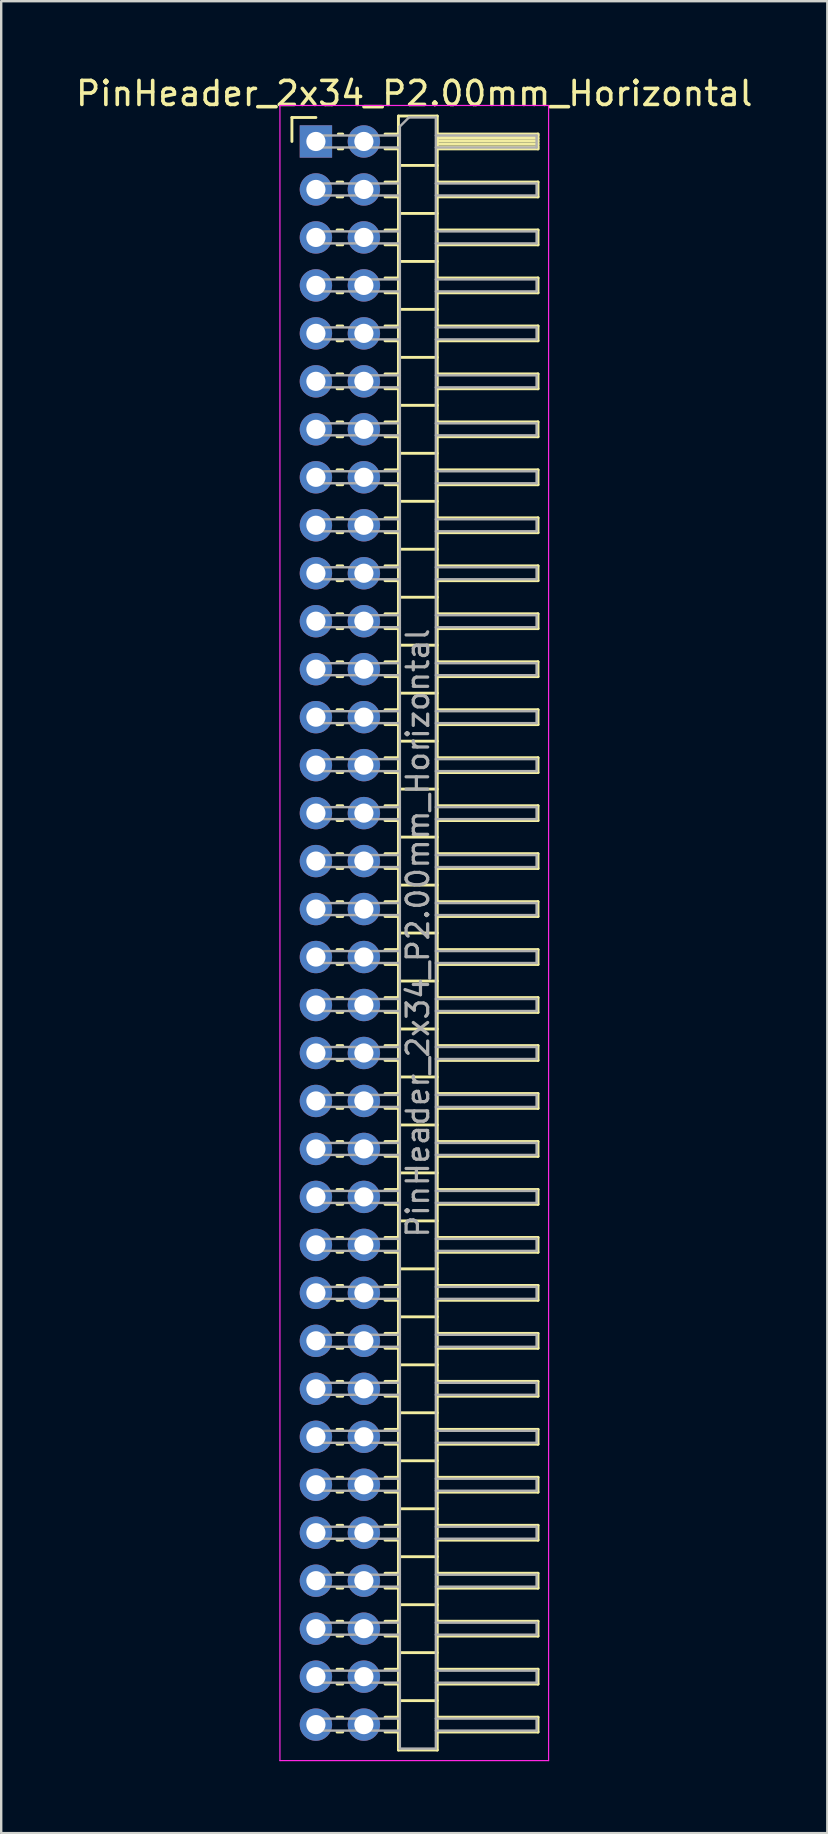
<source format=kicad_pcb>
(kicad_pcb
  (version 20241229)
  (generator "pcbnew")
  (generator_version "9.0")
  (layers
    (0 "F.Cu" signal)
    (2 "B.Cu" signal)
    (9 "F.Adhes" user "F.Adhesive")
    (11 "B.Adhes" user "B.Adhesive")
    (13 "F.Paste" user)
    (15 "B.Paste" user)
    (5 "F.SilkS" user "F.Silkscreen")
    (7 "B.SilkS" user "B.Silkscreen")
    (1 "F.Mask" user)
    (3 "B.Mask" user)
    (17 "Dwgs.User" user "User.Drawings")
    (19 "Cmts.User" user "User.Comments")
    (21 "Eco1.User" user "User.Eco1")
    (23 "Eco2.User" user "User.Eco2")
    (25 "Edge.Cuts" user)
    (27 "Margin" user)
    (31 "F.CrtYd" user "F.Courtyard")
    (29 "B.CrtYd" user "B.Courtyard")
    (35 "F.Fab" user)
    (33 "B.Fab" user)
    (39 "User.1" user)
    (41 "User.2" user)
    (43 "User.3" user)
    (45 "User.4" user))
  (footprint "PinHeader_2x34_P2.00mm_Horizontal"
    (layer "F.Cu")
    (at 10.12 2.848)
    (property "Reference" "PinHeader_2x34_P2.00mm_Horizontal" (at 4.1 -2 0) (layer "F.SilkS") (effects (font (size 1 1) (thickness 0.15))))
    (attr through_hole)
    (fp_line (start -1 -1) (end 0 -1) (stroke (width 0.12) (type solid)) (layer "F.SilkS"))
    (fp_line (start -1 0) (end -1 -1) (stroke (width 0.12) (type solid)) (layer "F.SilkS"))
    (fp_line (start 0.882 1.69) (end 1.118 1.69) (stroke (width 0.12) (type solid)) (layer "F.SilkS"))
    (fp_line (start 0.882 2.31) (end 1.118 2.31) (stroke (width 0.12) (type solid)) (layer "F.SilkS"))
    (fp_line (start 0.882 3.69) (end 1.118 3.69) (stroke (width 0.12) (type solid)) (layer "F.SilkS"))
    (fp_line (start 0.882 4.31) (end 1.118 4.31) (stroke (width 0.12) (type solid)) (layer "F.SilkS"))
    (fp_line (start 0.882 5.69) (end 1.118 5.69) (stroke (width 0.12) (type solid)) (layer "F.SilkS"))
    (fp_line (start 0.882 6.31) (end 1.118 6.31) (stroke (width 0.12) (type solid)) (layer "F.SilkS"))
    (fp_line (start 0.882 7.69) (end 1.118 7.69) (stroke (width 0.12) (type solid)) (layer "F.SilkS"))
    (fp_line (start 0.882 8.31) (end 1.118 8.31) (stroke (width 0.12) (type solid)) (layer "F.SilkS"))
    (fp_line (start 0.882 9.69) (end 1.118 9.69) (stroke (width 0.12) (type solid)) (layer "F.SilkS"))
    (fp_line (start 0.882 10.31) (end 1.118 10.31) (stroke (width 0.12) (type solid)) (layer "F.SilkS"))
    (fp_line (start 0.882 11.69) (end 1.118 11.69) (stroke (width 0.12) (type solid)) (layer "F.SilkS"))
    (fp_line (start 0.882 12.31) (end 1.118 12.31) (stroke (width 0.12) (type solid)) (layer "F.SilkS"))
    (fp_line (start 0.882 13.69) (end 1.118 13.69) (stroke (width 0.12) (type solid)) (layer "F.SilkS"))
    (fp_line (start 0.882 14.31) (end 1.118 14.31) (stroke (width 0.12) (type solid)) (layer "F.SilkS"))
    (fp_line (start 0.882 15.69) (end 1.118 15.69) (stroke (width 0.12) (type solid)) (layer "F.SilkS"))
    (fp_line (start 0.882 16.31) (end 1.118 16.31) (stroke (width 0.12) (type solid)) (layer "F.SilkS"))
    (fp_line (start 0.882 17.69) (end 1.118 17.69) (stroke (width 0.12) (type solid)) (layer "F.SilkS"))
    (fp_line (start 0.882 18.31) (end 1.118 18.31) (stroke (width 0.12) (type solid)) (layer "F.SilkS"))
    (fp_line (start 0.882 19.69) (end 1.118 19.69) (stroke (width 0.12) (type solid)) (layer "F.SilkS"))
    (fp_line (start 0.882 20.31) (end 1.118 20.31) (stroke (width 0.12) (type solid)) (layer "F.SilkS"))
    (fp_line (start 0.882 21.69) (end 1.118 21.69) (stroke (width 0.12) (type solid)) (layer "F.SilkS"))
    (fp_line (start 0.882 22.31) (end 1.118 22.31) (stroke (width 0.12) (type solid)) (layer "F.SilkS"))
    (fp_line (start 0.882 23.69) (end 1.118 23.69) (stroke (width 0.12) (type solid)) (layer "F.SilkS"))
    (fp_line (start 0.882 24.31) (end 1.118 24.31) (stroke (width 0.12) (type solid)) (layer "F.SilkS"))
    (fp_line (start 0.882 25.69) (end 1.118 25.69) (stroke (width 0.12) (type solid)) (layer "F.SilkS"))
    (fp_line (start 0.882 26.31) (end 1.118 26.31) (stroke (width 0.12) (type solid)) (layer "F.SilkS"))
    (fp_line (start 0.882 27.69) (end 1.118 27.69) (stroke (width 0.12) (type solid)) (layer "F.SilkS"))
    (fp_line (start 0.882 28.31) (end 1.118 28.31) (stroke (width 0.12) (type solid)) (layer "F.SilkS"))
    (fp_line (start 0.882 29.69) (end 1.118 29.69) (stroke (width 0.12) (type solid)) (layer "F.SilkS"))
    (fp_line (start 0.882 30.31) (end 1.118 30.31) (stroke (width 0.12) (type solid)) (layer "F.SilkS"))
    (fp_line (start 0.882 31.69) (end 1.118 31.69) (stroke (width 0.12) (type solid)) (layer "F.SilkS"))
    (fp_line (start 0.882 32.31) (end 1.118 32.31) (stroke (width 0.12) (type solid)) (layer "F.SilkS"))
    (fp_line (start 0.882 33.69) (end 1.118 33.69) (stroke (width 0.12) (type solid)) (layer "F.SilkS"))
    (fp_line (start 0.882 34.31) (end 1.118 34.31) (stroke (width 0.12) (type solid)) (layer "F.SilkS"))
    (fp_line (start 0.882 35.69) (end 1.118 35.69) (stroke (width 0.12) (type solid)) (layer "F.SilkS"))
    (fp_line (start 0.882 36.31) (end 1.118 36.31) (stroke (width 0.12) (type solid)) (layer "F.SilkS"))
    (fp_line (start 0.882 37.69) (end 1.118 37.69) (stroke (width 0.12) (type solid)) (layer "F.SilkS"))
    (fp_line (start 0.882 38.31) (end 1.118 38.31) (stroke (width 0.12) (type solid)) (layer "F.SilkS"))
    (fp_line (start 0.882 39.69) (end 1.118 39.69) (stroke (width 0.12) (type solid)) (layer "F.SilkS"))
    (fp_line (start 0.882 40.31) (end 1.118 40.31) (stroke (width 0.12) (type solid)) (layer "F.SilkS"))
    (fp_line (start 0.882 41.69) (end 1.118 41.69) (stroke (width 0.12) (type solid)) (layer "F.SilkS"))
    (fp_line (start 0.882 42.31) (end 1.118 42.31) (stroke (width 0.12) (type solid)) (layer "F.SilkS"))
    (fp_line (start 0.882 43.69) (end 1.118 43.69) (stroke (width 0.12) (type solid)) (layer "F.SilkS"))
    (fp_line (start 0.882 44.31) (end 1.118 44.31) (stroke (width 0.12) (type solid)) (layer "F.SilkS"))
    (fp_line (start 0.882 45.69) (end 1.118 45.69) (stroke (width 0.12) (type solid)) (layer "F.SilkS"))
    (fp_line (start 0.882 46.31) (end 1.118 46.31) (stroke (width 0.12) (type solid)) (layer "F.SilkS"))
    (fp_line (start 0.882 47.69) (end 1.118 47.69) (stroke (width 0.12) (type solid)) (layer "F.SilkS"))
    (fp_line (start 0.882 48.31) (end 1.118 48.31) (stroke (width 0.12) (type solid)) (layer "F.SilkS"))
    (fp_line (start 0.882 49.69) (end 1.118 49.69) (stroke (width 0.12) (type solid)) (layer "F.SilkS"))
    (fp_line (start 0.882 50.31) (end 1.118 50.31) (stroke (width 0.12) (type solid)) (layer "F.SilkS"))
    (fp_line (start 0.882 51.69) (end 1.118 51.69) (stroke (width 0.12) (type solid)) (layer "F.SilkS"))
    (fp_line (start 0.882 52.31) (end 1.118 52.31) (stroke (width 0.12) (type solid)) (layer "F.SilkS"))
    (fp_line (start 0.882 53.69) (end 1.118 53.69) (stroke (width 0.12) (type solid)) (layer "F.SilkS"))
    (fp_line (start 0.882 54.31) (end 1.118 54.31) (stroke (width 0.12) (type solid)) (layer "F.SilkS"))
    (fp_line (start 0.882 55.69) (end 1.118 55.69) (stroke (width 0.12) (type solid)) (layer "F.SilkS"))
    (fp_line (start 0.882 56.31) (end 1.118 56.31) (stroke (width 0.12) (type solid)) (layer "F.SilkS"))
    (fp_line (start 0.882 57.69) (end 1.118 57.69) (stroke (width 0.12) (type solid)) (layer "F.SilkS"))
    (fp_line (start 0.882 58.31) (end 1.118 58.31) (stroke (width 0.12) (type solid)) (layer "F.SilkS"))
    (fp_line (start 0.882 59.69) (end 1.118 59.69) (stroke (width 0.12) (type solid)) (layer "F.SilkS"))
    (fp_line (start 0.882 60.31) (end 1.118 60.31) (stroke (width 0.12) (type solid)) (layer "F.SilkS"))
    (fp_line (start 0.882 61.69) (end 1.118 61.69) (stroke (width 0.12) (type solid)) (layer "F.SilkS"))
    (fp_line (start 0.882 62.31) (end 1.118 62.31) (stroke (width 0.12) (type solid)) (layer "F.SilkS"))
    (fp_line (start 0.882 63.69) (end 1.118 63.69) (stroke (width 0.12) (type solid)) (layer "F.SilkS"))
    (fp_line (start 0.882 64.31) (end 1.118 64.31) (stroke (width 0.12) (type solid)) (layer "F.SilkS"))
    (fp_line (start 0.882 65.69) (end 1.118 65.69) (stroke (width 0.12) (type solid)) (layer "F.SilkS"))
    (fp_line (start 0.882 66.31) (end 1.118 66.31) (stroke (width 0.12) (type solid)) (layer "F.SilkS"))
    (fp_line (start 0.935 -0.31) (end 1.118 -0.31) (stroke (width 0.12) (type solid)) (layer "F.SilkS"))
    (fp_line (start 0.935 0.31) (end 1.118 0.31) (stroke (width 0.12) (type solid)) (layer "F.SilkS"))
    (fp_line (start 2.882 -0.31) (end 3.44 -0.31) (stroke (width 0.12) (type solid)) (layer "F.SilkS"))
    (fp_line (start 2.882 0.31) (end 3.44 0.31) (stroke (width 0.12) (type solid)) (layer "F.SilkS"))
    (fp_line (start 2.882 1.69) (end 3.44 1.69) (stroke (width 0.12) (type solid)) (layer "F.SilkS"))
    (fp_line (start 2.882 2.31) (end 3.44 2.31) (stroke (width 0.12) (type solid)) (layer "F.SilkS"))
    (fp_line (start 2.882 3.69) (end 3.44 3.69) (stroke (width 0.12) (type solid)) (layer "F.SilkS"))
    (fp_line (start 2.882 4.31) (end 3.44 4.31) (stroke (width 0.12) (type solid)) (layer "F.SilkS"))
    (fp_line (start 2.882 5.69) (end 3.44 5.69) (stroke (width 0.12) (type solid)) (layer "F.SilkS"))
    (fp_line (start 2.882 6.31) (end 3.44 6.31) (stroke (width 0.12) (type solid)) (layer "F.SilkS"))
    (fp_line (start 2.882 7.69) (end 3.44 7.69) (stroke (width 0.12) (type solid)) (layer "F.SilkS"))
    (fp_line (start 2.882 8.31) (end 3.44 8.31) (stroke (width 0.12) (type solid)) (layer "F.SilkS"))
    (fp_line (start 2.882 9.69) (end 3.44 9.69) (stroke (width 0.12) (type solid)) (layer "F.SilkS"))
    (fp_line (start 2.882 10.31) (end 3.44 10.31) (stroke (width 0.12) (type solid)) (layer "F.SilkS"))
    (fp_line (start 2.882 11.69) (end 3.44 11.69) (stroke (width 0.12) (type solid)) (layer "F.SilkS"))
    (fp_line (start 2.882 12.31) (end 3.44 12.31) (stroke (width 0.12) (type solid)) (layer "F.SilkS"))
    (fp_line (start 2.882 13.69) (end 3.44 13.69) (stroke (width 0.12) (type solid)) (layer "F.SilkS"))
    (fp_line (start 2.882 14.31) (end 3.44 14.31) (stroke (width 0.12) (type solid)) (layer "F.SilkS"))
    (fp_line (start 2.882 15.69) (end 3.44 15.69) (stroke (width 0.12) (type solid)) (layer "F.SilkS"))
    (fp_line (start 2.882 16.31) (end 3.44 16.31) (stroke (width 0.12) (type solid)) (layer "F.SilkS"))
    (fp_line (start 2.882 17.69) (end 3.44 17.69) (stroke (width 0.12) (type solid)) (layer "F.SilkS"))
    (fp_line (start 2.882 18.31) (end 3.44 18.31) (stroke (width 0.12) (type solid)) (layer "F.SilkS"))
    (fp_line (start 2.882 19.69) (end 3.44 19.69) (stroke (width 0.12) (type solid)) (layer "F.SilkS"))
    (fp_line (start 2.882 20.31) (end 3.44 20.31) (stroke (width 0.12) (type solid)) (layer "F.SilkS"))
    (fp_line (start 2.882 21.69) (end 3.44 21.69) (stroke (width 0.12) (type solid)) (layer "F.SilkS"))
    (fp_line (start 2.882 22.31) (end 3.44 22.31) (stroke (width 0.12) (type solid)) (layer "F.SilkS"))
    (fp_line (start 2.882 23.69) (end 3.44 23.69) (stroke (width 0.12) (type solid)) (layer "F.SilkS"))
    (fp_line (start 2.882 24.31) (end 3.44 24.31) (stroke (width 0.12) (type solid)) (layer "F.SilkS"))
    (fp_line (start 2.882 25.69) (end 3.44 25.69) (stroke (width 0.12) (type solid)) (layer "F.SilkS"))
    (fp_line (start 2.882 26.31) (end 3.44 26.31) (stroke (width 0.12) (type solid)) (layer "F.SilkS"))
    (fp_line (start 2.882 27.69) (end 3.44 27.69) (stroke (width 0.12) (type solid)) (layer "F.SilkS"))
    (fp_line (start 2.882 28.31) (end 3.44 28.31) (stroke (width 0.12) (type solid)) (layer "F.SilkS"))
    (fp_line (start 2.882 29.69) (end 3.44 29.69) (stroke (width 0.12) (type solid)) (layer "F.SilkS"))
    (fp_line (start 2.882 30.31) (end 3.44 30.31) (stroke (width 0.12) (type solid)) (layer "F.SilkS"))
    (fp_line (start 2.882 31.69) (end 3.44 31.69) (stroke (width 0.12) (type solid)) (layer "F.SilkS"))
    (fp_line (start 2.882 32.31) (end 3.44 32.31) (stroke (width 0.12) (type solid)) (layer "F.SilkS"))
    (fp_line (start 2.882 33.69) (end 3.44 33.69) (stroke (width 0.12) (type solid)) (layer "F.SilkS"))
    (fp_line (start 2.882 34.31) (end 3.44 34.31) (stroke (width 0.12) (type solid)) (layer "F.SilkS"))
    (fp_line (start 2.882 35.69) (end 3.44 35.69) (stroke (width 0.12) (type solid)) (layer "F.SilkS"))
    (fp_line (start 2.882 36.31) (end 3.44 36.31) (stroke (width 0.12) (type solid)) (layer "F.SilkS"))
    (fp_line (start 2.882 37.69) (end 3.44 37.69) (stroke (width 0.12) (type solid)) (layer "F.SilkS"))
    (fp_line (start 2.882 38.31) (end 3.44 38.31) (stroke (width 0.12) (type solid)) (layer "F.SilkS"))
    (fp_line (start 2.882 39.69) (end 3.44 39.69) (stroke (width 0.12) (type solid)) (layer "F.SilkS"))
    (fp_line (start 2.882 40.31) (end 3.44 40.31) (stroke (width 0.12) (type solid)) (layer "F.SilkS"))
    (fp_line (start 2.882 41.69) (end 3.44 41.69) (stroke (width 0.12) (type solid)) (layer "F.SilkS"))
    (fp_line (start 2.882 42.31) (end 3.44 42.31) (stroke (width 0.12) (type solid)) (layer "F.SilkS"))
    (fp_line (start 2.882 43.69) (end 3.44 43.69) (stroke (width 0.12) (type solid)) (layer "F.SilkS"))
    (fp_line (start 2.882 44.31) (end 3.44 44.31) (stroke (width 0.12) (type solid)) (layer "F.SilkS"))
    (fp_line (start 2.882 45.69) (end 3.44 45.69) (stroke (width 0.12) (type solid)) (layer "F.SilkS"))
    (fp_line (start 2.882 46.31) (end 3.44 46.31) (stroke (width 0.12) (type solid)) (layer "F.SilkS"))
    (fp_line (start 2.882 47.69) (end 3.44 47.69) (stroke (width 0.12) (type solid)) (layer "F.SilkS"))
    (fp_line (start 2.882 48.31) (end 3.44 48.31) (stroke (width 0.12) (type solid)) (layer "F.SilkS"))
    (fp_line (start 2.882 49.69) (end 3.44 49.69) (stroke (width 0.12) (type solid)) (layer "F.SilkS"))
    (fp_line (start 2.882 50.31) (end 3.44 50.31) (stroke (width 0.12) (type solid)) (layer "F.SilkS"))
    (fp_line (start 2.882 51.69) (end 3.44 51.69) (stroke (width 0.12) (type solid)) (layer "F.SilkS"))
    (fp_line (start 2.882 52.31) (end 3.44 52.31) (stroke (width 0.12) (type solid)) (layer "F.SilkS"))
    (fp_line (start 2.882 53.69) (end 3.44 53.69) (stroke (width 0.12) (type solid)) (layer "F.SilkS"))
    (fp_line (start 2.882 54.31) (end 3.44 54.31) (stroke (width 0.12) (type solid)) (layer "F.SilkS"))
    (fp_line (start 2.882 55.69) (end 3.44 55.69) (stroke (width 0.12) (type solid)) (layer "F.SilkS"))
    (fp_line (start 2.882 56.31) (end 3.44 56.31) (stroke (width 0.12) (type solid)) (layer "F.SilkS"))
    (fp_line (start 2.882 57.69) (end 3.44 57.69) (stroke (width 0.12) (type solid)) (layer "F.SilkS"))
    (fp_line (start 2.882 58.31) (end 3.44 58.31) (stroke (width 0.12) (type solid)) (layer "F.SilkS"))
    (fp_line (start 2.882 59.69) (end 3.44 59.69) (stroke (width 0.12) (type solid)) (layer "F.SilkS"))
    (fp_line (start 2.882 60.31) (end 3.44 60.31) (stroke (width 0.12) (type solid)) (layer "F.SilkS"))
    (fp_line (start 2.882 61.69) (end 3.44 61.69) (stroke (width 0.12) (type solid)) (layer "F.SilkS"))
    (fp_line (start 2.882 62.31) (end 3.44 62.31) (stroke (width 0.12) (type solid)) (layer "F.SilkS"))
    (fp_line (start 2.882 63.69) (end 3.44 63.69) (stroke (width 0.12) (type solid)) (layer "F.SilkS"))
    (fp_line (start 2.882 64.31) (end 3.44 64.31) (stroke (width 0.12) (type solid)) (layer "F.SilkS"))
    (fp_line (start 2.882 65.69) (end 3.44 65.69) (stroke (width 0.12) (type solid)) (layer "F.SilkS"))
    (fp_line (start 2.882 66.31) (end 3.44 66.31) (stroke (width 0.12) (type solid)) (layer "F.SilkS"))
    (fp_line (start 3.44 -1.06) (end 3.44 67.06) (stroke (width 0.12) (type solid)) (layer "F.SilkS"))
    (fp_line (start 3.44 1) (end 5.06 1) (stroke (width 0.12) (type solid)) (layer "F.SilkS"))
    (fp_line (start 3.44 3) (end 5.06 3) (stroke (width 0.12) (type solid)) (layer "F.SilkS"))
    (fp_line (start 3.44 5) (end 5.06 5) (stroke (width 0.12) (type solid)) (layer "F.SilkS"))
    (fp_line (start 3.44 7) (end 5.06 7) (stroke (width 0.12) (type solid)) (layer "F.SilkS"))
    (fp_line (start 3.44 9) (end 5.06 9) (stroke (width 0.12) (type solid)) (layer "F.SilkS"))
    (fp_line (start 3.44 11) (end 5.06 11) (stroke (width 0.12) (type solid)) (layer "F.SilkS"))
    (fp_line (start 3.44 13) (end 5.06 13) (stroke (width 0.12) (type solid)) (layer "F.SilkS"))
    (fp_line (start 3.44 15) (end 5.06 15) (stroke (width 0.12) (type solid)) (layer "F.SilkS"))
    (fp_line (start 3.44 17) (end 5.06 17) (stroke (width 0.12) (type solid)) (layer "F.SilkS"))
    (fp_line (start 3.44 19) (end 5.06 19) (stroke (width 0.12) (type solid)) (layer "F.SilkS"))
    (fp_line (start 3.44 21) (end 5.06 21) (stroke (width 0.12) (type solid)) (layer "F.SilkS"))
    (fp_line (start 3.44 23) (end 5.06 23) (stroke (width 0.12) (type solid)) (layer "F.SilkS"))
    (fp_line (start 3.44 25) (end 5.06 25) (stroke (width 0.12) (type solid)) (layer "F.SilkS"))
    (fp_line (start 3.44 27) (end 5.06 27) (stroke (width 0.12) (type solid)) (layer "F.SilkS"))
    (fp_line (start 3.44 29) (end 5.06 29) (stroke (width 0.12) (type solid)) (layer "F.SilkS"))
    (fp_line (start 3.44 31) (end 5.06 31) (stroke (width 0.12) (type solid)) (layer "F.SilkS"))
    (fp_line (start 3.44 33) (end 5.06 33) (stroke (width 0.12) (type solid)) (layer "F.SilkS"))
    (fp_line (start 3.44 35) (end 5.06 35) (stroke (width 0.12) (type solid)) (layer "F.SilkS"))
    (fp_line (start 3.44 37) (end 5.06 37) (stroke (width 0.12) (type solid)) (layer "F.SilkS"))
    (fp_line (start 3.44 39) (end 5.06 39) (stroke (width 0.12) (type solid)) (layer "F.SilkS"))
    (fp_line (start 3.44 41) (end 5.06 41) (stroke (width 0.12) (type solid)) (layer "F.SilkS"))
    (fp_line (start 3.44 43) (end 5.06 43) (stroke (width 0.12) (type solid)) (layer "F.SilkS"))
    (fp_line (start 3.44 45) (end 5.06 45) (stroke (width 0.12) (type solid)) (layer "F.SilkS"))
    (fp_line (start 3.44 47) (end 5.06 47) (stroke (width 0.12) (type solid)) (layer "F.SilkS"))
    (fp_line (start 3.44 49) (end 5.06 49) (stroke (width 0.12) (type solid)) (layer "F.SilkS"))
    (fp_line (start 3.44 51) (end 5.06 51) (stroke (width 0.12) (type solid)) (layer "F.SilkS"))
    (fp_line (start 3.44 53) (end 5.06 53) (stroke (width 0.12) (type solid)) (layer "F.SilkS"))
    (fp_line (start 3.44 55) (end 5.06 55) (stroke (width 0.12) (type solid)) (layer "F.SilkS"))
    (fp_line (start 3.44 57) (end 5.06 57) (stroke (width 0.12) (type solid)) (layer "F.SilkS"))
    (fp_line (start 3.44 59) (end 5.06 59) (stroke (width 0.12) (type solid)) (layer "F.SilkS"))
    (fp_line (start 3.44 61) (end 5.06 61) (stroke (width 0.12) (type solid)) (layer "F.SilkS"))
    (fp_line (start 3.44 63) (end 5.06 63) (stroke (width 0.12) (type solid)) (layer "F.SilkS"))
    (fp_line (start 3.44 65) (end 5.06 65) (stroke (width 0.12) (type solid)) (layer "F.SilkS"))
    (fp_line (start 3.44 67.06) (end 5.06 67.06) (stroke (width 0.12) (type solid)) (layer "F.SilkS"))
    (fp_line (start 5.06 -1.06) (end 3.44 -1.06) (stroke (width 0.12) (type solid)) (layer "F.SilkS"))
    (fp_line (start 5.06 -0.31) (end 9.26 -0.31) (stroke (width 0.12) (type solid)) (layer "F.SilkS"))
    (fp_line (start 5.06 -0.25) (end 9.26 -0.25) (stroke (width 0.12) (type solid)) (layer "F.SilkS"))
    (fp_line (start 5.06 -0.13) (end 9.26 -0.13) (stroke (width 0.12) (type solid)) (layer "F.SilkS"))
    (fp_line (start 5.06 -0.01) (end 9.26 -0.01) (stroke (width 0.12) (type solid)) (layer "F.SilkS"))
    (fp_line (start 5.06 0.11) (end 9.26 0.11) (stroke (width 0.12) (type solid)) (layer "F.SilkS"))
    (fp_line (start 5.06 0.23) (end 9.26 0.23) (stroke (width 0.12) (type solid)) (layer "F.SilkS"))
    (fp_line (start 5.06 1.69) (end 9.26 1.69) (stroke (width 0.12) (type solid)) (layer "F.SilkS"))
    (fp_line (start 5.06 3.69) (end 9.26 3.69) (stroke (width 0.12) (type solid)) (layer "F.SilkS"))
    (fp_line (start 5.06 5.69) (end 9.26 5.69) (stroke (width 0.12) (type solid)) (layer "F.SilkS"))
    (fp_line (start 5.06 7.69) (end 9.26 7.69) (stroke (width 0.12) (type solid)) (layer "F.SilkS"))
    (fp_line (start 5.06 9.69) (end 9.26 9.69) (stroke (width 0.12) (type solid)) (layer "F.SilkS"))
    (fp_line (start 5.06 11.69) (end 9.26 11.69) (stroke (width 0.12) (type solid)) (layer "F.SilkS"))
    (fp_line (start 5.06 13.69) (end 9.26 13.69) (stroke (width 0.12) (type solid)) (layer "F.SilkS"))
    (fp_line (start 5.06 15.69) (end 9.26 15.69) (stroke (width 0.12) (type solid)) (layer "F.SilkS"))
    (fp_line (start 5.06 17.69) (end 9.26 17.69) (stroke (width 0.12) (type solid)) (layer "F.SilkS"))
    (fp_line (start 5.06 19.69) (end 9.26 19.69) (stroke (width 0.12) (type solid)) (layer "F.SilkS"))
    (fp_line (start 5.06 21.69) (end 9.26 21.69) (stroke (width 0.12) (type solid)) (layer "F.SilkS"))
    (fp_line (start 5.06 23.69) (end 9.26 23.69) (stroke (width 0.12) (type solid)) (layer "F.SilkS"))
    (fp_line (start 5.06 25.69) (end 9.26 25.69) (stroke (width 0.12) (type solid)) (layer "F.SilkS"))
    (fp_line (start 5.06 27.69) (end 9.26 27.69) (stroke (width 0.12) (type solid)) (layer "F.SilkS"))
    (fp_line (start 5.06 29.69) (end 9.26 29.69) (stroke (width 0.12) (type solid)) (layer "F.SilkS"))
    (fp_line (start 5.06 31.69) (end 9.26 31.69) (stroke (width 0.12) (type solid)) (layer "F.SilkS"))
    (fp_line (start 5.06 33.69) (end 9.26 33.69) (stroke (width 0.12) (type solid)) (layer "F.SilkS"))
    (fp_line (start 5.06 35.69) (end 9.26 35.69) (stroke (width 0.12) (type solid)) (layer "F.SilkS"))
    (fp_line (start 5.06 37.69) (end 9.26 37.69) (stroke (width 0.12) (type solid)) (layer "F.SilkS"))
    (fp_line (start 5.06 39.69) (end 9.26 39.69) (stroke (width 0.12) (type solid)) (layer "F.SilkS"))
    (fp_line (start 5.06 41.69) (end 9.26 41.69) (stroke (width 0.12) (type solid)) (layer "F.SilkS"))
    (fp_line (start 5.06 43.69) (end 9.26 43.69) (stroke (width 0.12) (type solid)) (layer "F.SilkS"))
    (fp_line (start 5.06 45.69) (end 9.26 45.69) (stroke (width 0.12) (type solid)) (layer "F.SilkS"))
    (fp_line (start 5.06 47.69) (end 9.26 47.69) (stroke (width 0.12) (type solid)) (layer "F.SilkS"))
    (fp_line (start 5.06 49.69) (end 9.26 49.69) (stroke (width 0.12) (type solid)) (layer "F.SilkS"))
    (fp_line (start 5.06 51.69) (end 9.26 51.69) (stroke (width 0.12) (type solid)) (layer "F.SilkS"))
    (fp_line (start 5.06 53.69) (end 9.26 53.69) (stroke (width 0.12) (type solid)) (layer "F.SilkS"))
    (fp_line (start 5.06 55.69) (end 9.26 55.69) (stroke (width 0.12) (type solid)) (layer "F.SilkS"))
    (fp_line (start 5.06 57.69) (end 9.26 57.69) (stroke (width 0.12) (type solid)) (layer "F.SilkS"))
    (fp_line (start 5.06 59.69) (end 9.26 59.69) (stroke (width 0.12) (type solid)) (layer "F.SilkS"))
    (fp_line (start 5.06 61.69) (end 9.26 61.69) (stroke (width 0.12) (type solid)) (layer "F.SilkS"))
    (fp_line (start 5.06 63.69) (end 9.26 63.69) (stroke (width 0.12) (type solid)) (layer "F.SilkS"))
    (fp_line (start 5.06 65.69) (end 9.26 65.69) (stroke (width 0.12) (type solid)) (layer "F.SilkS"))
    (fp_line (start 5.06 67.06) (end 5.06 -1.06) (stroke (width 0.12) (type solid)) (layer "F.SilkS"))
    (fp_line (start 9.26 -0.31) (end 9.26 0.31) (stroke (width 0.12) (type solid)) (layer "F.SilkS"))
    (fp_line (start 9.26 0.31) (end 5.06 0.31) (stroke (width 0.12) (type solid)) (layer "F.SilkS"))
    (fp_line (start 9.26 1.69) (end 9.26 2.31) (stroke (width 0.12) (type solid)) (layer "F.SilkS"))
    (fp_line (start 9.26 2.31) (end 5.06 2.31) (stroke (width 0.12) (type solid)) (layer "F.SilkS"))
    (fp_line (start 9.26 3.69) (end 9.26 4.31) (stroke (width 0.12) (type solid)) (layer "F.SilkS"))
    (fp_line (start 9.26 4.31) (end 5.06 4.31) (stroke (width 0.12) (type solid)) (layer "F.SilkS"))
    (fp_line (start 9.26 5.69) (end 9.26 6.31) (stroke (width 0.12) (type solid)) (layer "F.SilkS"))
    (fp_line (start 9.26 6.31) (end 5.06 6.31) (stroke (width 0.12) (type solid)) (layer "F.SilkS"))
    (fp_line (start 9.26 7.69) (end 9.26 8.31) (stroke (width 0.12) (type solid)) (layer "F.SilkS"))
    (fp_line (start 9.26 8.31) (end 5.06 8.31) (stroke (width 0.12) (type solid)) (layer "F.SilkS"))
    (fp_line (start 9.26 9.69) (end 9.26 10.31) (stroke (width 0.12) (type solid)) (layer "F.SilkS"))
    (fp_line (start 9.26 10.31) (end 5.06 10.31) (stroke (width 0.12) (type solid)) (layer "F.SilkS"))
    (fp_line (start 9.26 11.69) (end 9.26 12.31) (stroke (width 0.12) (type solid)) (layer "F.SilkS"))
    (fp_line (start 9.26 12.31) (end 5.06 12.31) (stroke (width 0.12) (type solid)) (layer "F.SilkS"))
    (fp_line (start 9.26 13.69) (end 9.26 14.31) (stroke (width 0.12) (type solid)) (layer "F.SilkS"))
    (fp_line (start 9.26 14.31) (end 5.06 14.31) (stroke (width 0.12) (type solid)) (layer "F.SilkS"))
    (fp_line (start 9.26 15.69) (end 9.26 16.31) (stroke (width 0.12) (type solid)) (layer "F.SilkS"))
    (fp_line (start 9.26 16.31) (end 5.06 16.31) (stroke (width 0.12) (type solid)) (layer "F.SilkS"))
    (fp_line (start 9.26 17.69) (end 9.26 18.31) (stroke (width 0.12) (type solid)) (layer "F.SilkS"))
    (fp_line (start 9.26 18.31) (end 5.06 18.31) (stroke (width 0.12) (type solid)) (layer "F.SilkS"))
    (fp_line (start 9.26 19.69) (end 9.26 20.31) (stroke (width 0.12) (type solid)) (layer "F.SilkS"))
    (fp_line (start 9.26 20.31) (end 5.06 20.31) (stroke (width 0.12) (type solid)) (layer "F.SilkS"))
    (fp_line (start 9.26 21.69) (end 9.26 22.31) (stroke (width 0.12) (type solid)) (layer "F.SilkS"))
    (fp_line (start 9.26 22.31) (end 5.06 22.31) (stroke (width 0.12) (type solid)) (layer "F.SilkS"))
    (fp_line (start 9.26 23.69) (end 9.26 24.31) (stroke (width 0.12) (type solid)) (layer "F.SilkS"))
    (fp_line (start 9.26 24.31) (end 5.06 24.31) (stroke (width 0.12) (type solid)) (layer "F.SilkS"))
    (fp_line (start 9.26 25.69) (end 9.26 26.31) (stroke (width 0.12) (type solid)) (layer "F.SilkS"))
    (fp_line (start 9.26 26.31) (end 5.06 26.31) (stroke (width 0.12) (type solid)) (layer "F.SilkS"))
    (fp_line (start 9.26 27.69) (end 9.26 28.31) (stroke (width 0.12) (type solid)) (layer "F.SilkS"))
    (fp_line (start 9.26 28.31) (end 5.06 28.31) (stroke (width 0.12) (type solid)) (layer "F.SilkS"))
    (fp_line (start 9.26 29.69) (end 9.26 30.31) (stroke (width 0.12) (type solid)) (layer "F.SilkS"))
    (fp_line (start 9.26 30.31) (end 5.06 30.31) (stroke (width 0.12) (type solid)) (layer "F.SilkS"))
    (fp_line (start 9.26 31.69) (end 9.26 32.31) (stroke (width 0.12) (type solid)) (layer "F.SilkS"))
    (fp_line (start 9.26 32.31) (end 5.06 32.31) (stroke (width 0.12) (type solid)) (layer "F.SilkS"))
    (fp_line (start 9.26 33.69) (end 9.26 34.31) (stroke (width 0.12) (type solid)) (layer "F.SilkS"))
    (fp_line (start 9.26 34.31) (end 5.06 34.31) (stroke (width 0.12) (type solid)) (layer "F.SilkS"))
    (fp_line (start 9.26 35.69) (end 9.26 36.31) (stroke (width 0.12) (type solid)) (layer "F.SilkS"))
    (fp_line (start 9.26 36.31) (end 5.06 36.31) (stroke (width 0.12) (type solid)) (layer "F.SilkS"))
    (fp_line (start 9.26 37.69) (end 9.26 38.31) (stroke (width 0.12) (type solid)) (layer "F.SilkS"))
    (fp_line (start 9.26 38.31) (end 5.06 38.31) (stroke (width 0.12) (type solid)) (layer "F.SilkS"))
    (fp_line (start 9.26 39.69) (end 9.26 40.31) (stroke (width 0.12) (type solid)) (layer "F.SilkS"))
    (fp_line (start 9.26 40.31) (end 5.06 40.31) (stroke (width 0.12) (type solid)) (layer "F.SilkS"))
    (fp_line (start 9.26 41.69) (end 9.26 42.31) (stroke (width 0.12) (type solid)) (layer "F.SilkS"))
    (fp_line (start 9.26 42.31) (end 5.06 42.31) (stroke (width 0.12) (type solid)) (layer "F.SilkS"))
    (fp_line (start 9.26 43.69) (end 9.26 44.31) (stroke (width 0.12) (type solid)) (layer "F.SilkS"))
    (fp_line (start 9.26 44.31) (end 5.06 44.31) (stroke (width 0.12) (type solid)) (layer "F.SilkS"))
    (fp_line (start 9.26 45.69) (end 9.26 46.31) (stroke (width 0.12) (type solid)) (layer "F.SilkS"))
    (fp_line (start 9.26 46.31) (end 5.06 46.31) (stroke (width 0.12) (type solid)) (layer "F.SilkS"))
    (fp_line (start 9.26 47.69) (end 9.26 48.31) (stroke (width 0.12) (type solid)) (layer "F.SilkS"))
    (fp_line (start 9.26 48.31) (end 5.06 48.31) (stroke (width 0.12) (type solid)) (layer "F.SilkS"))
    (fp_line (start 9.26 49.69) (end 9.26 50.31) (stroke (width 0.12) (type solid)) (layer "F.SilkS"))
    (fp_line (start 9.26 50.31) (end 5.06 50.31) (stroke (width 0.12) (type solid)) (layer "F.SilkS"))
    (fp_line (start 9.26 51.69) (end 9.26 52.31) (stroke (width 0.12) (type solid)) (layer "F.SilkS"))
    (fp_line (start 9.26 52.31) (end 5.06 52.31) (stroke (width 0.12) (type solid)) (layer "F.SilkS"))
    (fp_line (start 9.26 53.69) (end 9.26 54.31) (stroke (width 0.12) (type solid)) (layer "F.SilkS"))
    (fp_line (start 9.26 54.31) (end 5.06 54.31) (stroke (width 0.12) (type solid)) (layer "F.SilkS"))
    (fp_line (start 9.26 55.69) (end 9.26 56.31) (stroke (width 0.12) (type solid)) (layer "F.SilkS"))
    (fp_line (start 9.26 56.31) (end 5.06 56.31) (stroke (width 0.12) (type solid)) (layer "F.SilkS"))
    (fp_line (start 9.26 57.69) (end 9.26 58.31) (stroke (width 0.12) (type solid)) (layer "F.SilkS"))
    (fp_line (start 9.26 58.31) (end 5.06 58.31) (stroke (width 0.12) (type solid)) (layer "F.SilkS"))
    (fp_line (start 9.26 59.69) (end 9.26 60.31) (stroke (width 0.12) (type solid)) (layer "F.SilkS"))
    (fp_line (start 9.26 60.31) (end 5.06 60.31) (stroke (width 0.12) (type solid)) (layer "F.SilkS"))
    (fp_line (start 9.26 61.69) (end 9.26 62.31) (stroke (width 0.12) (type solid)) (layer "F.SilkS"))
    (fp_line (start 9.26 62.31) (end 5.06 62.31) (stroke (width 0.12) (type solid)) (layer "F.SilkS"))
    (fp_line (start 9.26 63.69) (end 9.26 64.31) (stroke (width 0.12) (type solid)) (layer "F.SilkS"))
    (fp_line (start 9.26 64.31) (end 5.06 64.31) (stroke (width 0.12) (type solid)) (layer "F.SilkS"))
    (fp_line (start 9.26 65.69) (end 9.26 66.31) (stroke (width 0.12) (type solid)) (layer "F.SilkS"))
    (fp_line (start 9.26 66.31) (end 5.06 66.31) (stroke (width 0.12) (type solid)) (layer "F.SilkS"))
    (fp_line (start -1.5 -1.5) (end -1.5 67.5) (stroke (width 0.05) (type solid)) (layer "F.CrtYd"))
    (fp_line (start -1.5 67.5) (end 9.7 67.5) (stroke (width 0.05) (type solid)) (layer "F.CrtYd"))
    (fp_line (start 9.7 -1.5) (end -1.5 -1.5) (stroke (width 0.05) (type solid)) (layer "F.CrtYd"))
    (fp_line (start 9.7 67.5) (end 9.7 -1.5) (stroke (width 0.05) (type solid)) (layer "F.CrtYd"))
    (fp_line (start -0.25 -0.25) (end -0.25 0.25) (stroke (width 0.1) (type solid)) (layer "F.Fab"))
    (fp_line (start -0.25 -0.25) (end 3.5 -0.25) (stroke (width 0.1) (type solid)) (layer "F.Fab"))
    (fp_line (start -0.25 0.25) (end 3.5 0.25) (stroke (width 0.1) (type solid)) (layer "F.Fab"))
    (fp_line (start -0.25 1.75) (end -0.25 2.25) (stroke (width 0.1) (type solid)) (layer "F.Fab"))
    (fp_line (start -0.25 1.75) (end 3.5 1.75) (stroke (width 0.1) (type solid)) (layer "F.Fab"))
    (fp_line (start -0.25 2.25) (end 3.5 2.25) (stroke (width 0.1) (type solid)) (layer "F.Fab"))
    (fp_line (start -0.25 3.75) (end -0.25 4.25) (stroke (width 0.1) (type solid)) (layer "F.Fab"))
    (fp_line (start -0.25 3.75) (end 3.5 3.75) (stroke (width 0.1) (type solid)) (layer "F.Fab"))
    (fp_line (start -0.25 4.25) (end 3.5 4.25) (stroke (width 0.1) (type solid)) (layer "F.Fab"))
    (fp_line (start -0.25 5.75) (end -0.25 6.25) (stroke (width 0.1) (type solid)) (layer "F.Fab"))
    (fp_line (start -0.25 5.75) (end 3.5 5.75) (stroke (width 0.1) (type solid)) (layer "F.Fab"))
    (fp_line (start -0.25 6.25) (end 3.5 6.25) (stroke (width 0.1) (type solid)) (layer "F.Fab"))
    (fp_line (start -0.25 7.75) (end -0.25 8.25) (stroke (width 0.1) (type solid)) (layer "F.Fab"))
    (fp_line (start -0.25 7.75) (end 3.5 7.75) (stroke (width 0.1) (type solid)) (layer "F.Fab"))
    (fp_line (start -0.25 8.25) (end 3.5 8.25) (stroke (width 0.1) (type solid)) (layer "F.Fab"))
    (fp_line (start -0.25 9.75) (end -0.25 10.25) (stroke (width 0.1) (type solid)) (layer "F.Fab"))
    (fp_line (start -0.25 9.75) (end 3.5 9.75) (stroke (width 0.1) (type solid)) (layer "F.Fab"))
    (fp_line (start -0.25 10.25) (end 3.5 10.25) (stroke (width 0.1) (type solid)) (layer "F.Fab"))
    (fp_line (start -0.25 11.75) (end -0.25 12.25) (stroke (width 0.1) (type solid)) (layer "F.Fab"))
    (fp_line (start -0.25 11.75) (end 3.5 11.75) (stroke (width 0.1) (type solid)) (layer "F.Fab"))
    (fp_line (start -0.25 12.25) (end 3.5 12.25) (stroke (width 0.1) (type solid)) (layer "F.Fab"))
    (fp_line (start -0.25 13.75) (end -0.25 14.25) (stroke (width 0.1) (type solid)) (layer "F.Fab"))
    (fp_line (start -0.25 13.75) (end 3.5 13.75) (stroke (width 0.1) (type solid)) (layer "F.Fab"))
    (fp_line (start -0.25 14.25) (end 3.5 14.25) (stroke (width 0.1) (type solid)) (layer "F.Fab"))
    (fp_line (start -0.25 15.75) (end -0.25 16.25) (stroke (width 0.1) (type solid)) (layer "F.Fab"))
    (fp_line (start -0.25 15.75) (end 3.5 15.75) (stroke (width 0.1) (type solid)) (layer "F.Fab"))
    (fp_line (start -0.25 16.25) (end 3.5 16.25) (stroke (width 0.1) (type solid)) (layer "F.Fab"))
    (fp_line (start -0.25 17.75) (end -0.25 18.25) (stroke (width 0.1) (type solid)) (layer "F.Fab"))
    (fp_line (start -0.25 17.75) (end 3.5 17.75) (stroke (width 0.1) (type solid)) (layer "F.Fab"))
    (fp_line (start -0.25 18.25) (end 3.5 18.25) (stroke (width 0.1) (type solid)) (layer "F.Fab"))
    (fp_line (start -0.25 19.75) (end -0.25 20.25) (stroke (width 0.1) (type solid)) (layer "F.Fab"))
    (fp_line (start -0.25 19.75) (end 3.5 19.75) (stroke (width 0.1) (type solid)) (layer "F.Fab"))
    (fp_line (start -0.25 20.25) (end 3.5 20.25) (stroke (width 0.1) (type solid)) (layer "F.Fab"))
    (fp_line (start -0.25 21.75) (end -0.25 22.25) (stroke (width 0.1) (type solid)) (layer "F.Fab"))
    (fp_line (start -0.25 21.75) (end 3.5 21.75) (stroke (width 0.1) (type solid)) (layer "F.Fab"))
    (fp_line (start -0.25 22.25) (end 3.5 22.25) (stroke (width 0.1) (type solid)) (layer "F.Fab"))
    (fp_line (start -0.25 23.75) (end -0.25 24.25) (stroke (width 0.1) (type solid)) (layer "F.Fab"))
    (fp_line (start -0.25 23.75) (end 3.5 23.75) (stroke (width 0.1) (type solid)) (layer "F.Fab"))
    (fp_line (start -0.25 24.25) (end 3.5 24.25) (stroke (width 0.1) (type solid)) (layer "F.Fab"))
    (fp_line (start -0.25 25.75) (end -0.25 26.25) (stroke (width 0.1) (type solid)) (layer "F.Fab"))
    (fp_line (start -0.25 25.75) (end 3.5 25.75) (stroke (width 0.1) (type solid)) (layer "F.Fab"))
    (fp_line (start -0.25 26.25) (end 3.5 26.25) (stroke (width 0.1) (type solid)) (layer "F.Fab"))
    (fp_line (start -0.25 27.75) (end -0.25 28.25) (stroke (width 0.1) (type solid)) (layer "F.Fab"))
    (fp_line (start -0.25 27.75) (end 3.5 27.75) (stroke (width 0.1) (type solid)) (layer "F.Fab"))
    (fp_line (start -0.25 28.25) (end 3.5 28.25) (stroke (width 0.1) (type solid)) (layer "F.Fab"))
    (fp_line (start -0.25 29.75) (end -0.25 30.25) (stroke (width 0.1) (type solid)) (layer "F.Fab"))
    (fp_line (start -0.25 29.75) (end 3.5 29.75) (stroke (width 0.1) (type solid)) (layer "F.Fab"))
    (fp_line (start -0.25 30.25) (end 3.5 30.25) (stroke (width 0.1) (type solid)) (layer "F.Fab"))
    (fp_line (start -0.25 31.75) (end -0.25 32.25) (stroke (width 0.1) (type solid)) (layer "F.Fab"))
    (fp_line (start -0.25 31.75) (end 3.5 31.75) (stroke (width 0.1) (type solid)) (layer "F.Fab"))
    (fp_line (start -0.25 32.25) (end 3.5 32.25) (stroke (width 0.1) (type solid)) (layer "F.Fab"))
    (fp_line (start -0.25 33.75) (end -0.25 34.25) (stroke (width 0.1) (type solid)) (layer "F.Fab"))
    (fp_line (start -0.25 33.75) (end 3.5 33.75) (stroke (width 0.1) (type solid)) (layer "F.Fab"))
    (fp_line (start -0.25 34.25) (end 3.5 34.25) (stroke (width 0.1) (type solid)) (layer "F.Fab"))
    (fp_line (start -0.25 35.75) (end -0.25 36.25) (stroke (width 0.1) (type solid)) (layer "F.Fab"))
    (fp_line (start -0.25 35.75) (end 3.5 35.75) (stroke (width 0.1) (type solid)) (layer "F.Fab"))
    (fp_line (start -0.25 36.25) (end 3.5 36.25) (stroke (width 0.1) (type solid)) (layer "F.Fab"))
    (fp_line (start -0.25 37.75) (end -0.25 38.25) (stroke (width 0.1) (type solid)) (layer "F.Fab"))
    (fp_line (start -0.25 37.75) (end 3.5 37.75) (stroke (width 0.1) (type solid)) (layer "F.Fab"))
    (fp_line (start -0.25 38.25) (end 3.5 38.25) (stroke (width 0.1) (type solid)) (layer "F.Fab"))
    (fp_line (start -0.25 39.75) (end -0.25 40.25) (stroke (width 0.1) (type solid)) (layer "F.Fab"))
    (fp_line (start -0.25 39.75) (end 3.5 39.75) (stroke (width 0.1) (type solid)) (layer "F.Fab"))
    (fp_line (start -0.25 40.25) (end 3.5 40.25) (stroke (width 0.1) (type solid)) (layer "F.Fab"))
    (fp_line (start -0.25 41.75) (end -0.25 42.25) (stroke (width 0.1) (type solid)) (layer "F.Fab"))
    (fp_line (start -0.25 41.75) (end 3.5 41.75) (stroke (width 0.1) (type solid)) (layer "F.Fab"))
    (fp_line (start -0.25 42.25) (end 3.5 42.25) (stroke (width 0.1) (type solid)) (layer "F.Fab"))
    (fp_line (start -0.25 43.75) (end -0.25 44.25) (stroke (width 0.1) (type solid)) (layer "F.Fab"))
    (fp_line (start -0.25 43.75) (end 3.5 43.75) (stroke (width 0.1) (type solid)) (layer "F.Fab"))
    (fp_line (start -0.25 44.25) (end 3.5 44.25) (stroke (width 0.1) (type solid)) (layer "F.Fab"))
    (fp_line (start -0.25 45.75) (end -0.25 46.25) (stroke (width 0.1) (type solid)) (layer "F.Fab"))
    (fp_line (start -0.25 45.75) (end 3.5 45.75) (stroke (width 0.1) (type solid)) (layer "F.Fab"))
    (fp_line (start -0.25 46.25) (end 3.5 46.25) (stroke (width 0.1) (type solid)) (layer "F.Fab"))
    (fp_line (start -0.25 47.75) (end -0.25 48.25) (stroke (width 0.1) (type solid)) (layer "F.Fab"))
    (fp_line (start -0.25 47.75) (end 3.5 47.75) (stroke (width 0.1) (type solid)) (layer "F.Fab"))
    (fp_line (start -0.25 48.25) (end 3.5 48.25) (stroke (width 0.1) (type solid)) (layer "F.Fab"))
    (fp_line (start -0.25 49.75) (end -0.25 50.25) (stroke (width 0.1) (type solid)) (layer "F.Fab"))
    (fp_line (start -0.25 49.75) (end 3.5 49.75) (stroke (width 0.1) (type solid)) (layer "F.Fab"))
    (fp_line (start -0.25 50.25) (end 3.5 50.25) (stroke (width 0.1) (type solid)) (layer "F.Fab"))
    (fp_line (start -0.25 51.75) (end -0.25 52.25) (stroke (width 0.1) (type solid)) (layer "F.Fab"))
    (fp_line (start -0.25 51.75) (end 3.5 51.75) (stroke (width 0.1) (type solid)) (layer "F.Fab"))
    (fp_line (start -0.25 52.25) (end 3.5 52.25) (stroke (width 0.1) (type solid)) (layer "F.Fab"))
    (fp_line (start -0.25 53.75) (end -0.25 54.25) (stroke (width 0.1) (type solid)) (layer "F.Fab"))
    (fp_line (start -0.25 53.75) (end 3.5 53.75) (stroke (width 0.1) (type solid)) (layer "F.Fab"))
    (fp_line (start -0.25 54.25) (end 3.5 54.25) (stroke (width 0.1) (type solid)) (layer "F.Fab"))
    (fp_line (start -0.25 55.75) (end -0.25 56.25) (stroke (width 0.1) (type solid)) (layer "F.Fab"))
    (fp_line (start -0.25 55.75) (end 3.5 55.75) (stroke (width 0.1) (type solid)) (layer "F.Fab"))
    (fp_line (start -0.25 56.25) (end 3.5 56.25) (stroke (width 0.1) (type solid)) (layer "F.Fab"))
    (fp_line (start -0.25 57.75) (end -0.25 58.25) (stroke (width 0.1) (type solid)) (layer "F.Fab"))
    (fp_line (start -0.25 57.75) (end 3.5 57.75) (stroke (width 0.1) (type solid)) (layer "F.Fab"))
    (fp_line (start -0.25 58.25) (end 3.5 58.25) (stroke (width 0.1) (type solid)) (layer "F.Fab"))
    (fp_line (start -0.25 59.75) (end -0.25 60.25) (stroke (width 0.1) (type solid)) (layer "F.Fab"))
    (fp_line (start -0.25 59.75) (end 3.5 59.75) (stroke (width 0.1) (type solid)) (layer "F.Fab"))
    (fp_line (start -0.25 60.25) (end 3.5 60.25) (stroke (width 0.1) (type solid)) (layer "F.Fab"))
    (fp_line (start -0.25 61.75) (end -0.25 62.25) (stroke (width 0.1) (type solid)) (layer "F.Fab"))
    (fp_line (start -0.25 61.75) (end 3.5 61.75) (stroke (width 0.1) (type solid)) (layer "F.Fab"))
    (fp_line (start -0.25 62.25) (end 3.5 62.25) (stroke (width 0.1) (type solid)) (layer "F.Fab"))
    (fp_line (start -0.25 63.75) (end -0.25 64.25) (stroke (width 0.1) (type solid)) (layer "F.Fab"))
    (fp_line (start -0.25 63.75) (end 3.5 63.75) (stroke (width 0.1) (type solid)) (layer "F.Fab"))
    (fp_line (start -0.25 64.25) (end 3.5 64.25) (stroke (width 0.1) (type solid)) (layer "F.Fab"))
    (fp_line (start -0.25 65.75) (end -0.25 66.25) (stroke (width 0.1) (type solid)) (layer "F.Fab"))
    (fp_line (start -0.25 65.75) (end 3.5 65.75) (stroke (width 0.1) (type solid)) (layer "F.Fab"))
    (fp_line (start -0.25 66.25) (end 3.5 66.25) (stroke (width 0.1) (type solid)) (layer "F.Fab"))
    (fp_line (start 3.5 -0.625) (end 3.875 -1) (stroke (width 0.1) (type solid)) (layer "F.Fab"))
    (fp_line (start 3.5 67) (end 3.5 -0.625) (stroke (width 0.1) (type solid)) (layer "F.Fab"))
    (fp_line (start 3.875 -1) (end 5 -1) (stroke (width 0.1) (type solid)) (layer "F.Fab"))
    (fp_line (start 5 -1) (end 5 67) (stroke (width 0.1) (type solid)) (layer "F.Fab"))
    (fp_line (start 5 -0.25) (end 9.2 -0.25) (stroke (width 0.1) (type solid)) (layer "F.Fab"))
    (fp_line (start 5 0.25) (end 9.2 0.25) (stroke (width 0.1) (type solid)) (layer "F.Fab"))
    (fp_line (start 5 1.75) (end 9.2 1.75) (stroke (width 0.1) (type solid)) (layer "F.Fab"))
    (fp_line (start 5 2.25) (end 9.2 2.25) (stroke (width 0.1) (type solid)) (layer "F.Fab"))
    (fp_line (start 5 3.75) (end 9.2 3.75) (stroke (width 0.1) (type solid)) (layer "F.Fab"))
    (fp_line (start 5 4.25) (end 9.2 4.25) (stroke (width 0.1) (type solid)) (layer "F.Fab"))
    (fp_line (start 5 5.75) (end 9.2 5.75) (stroke (width 0.1) (type solid)) (layer "F.Fab"))
    (fp_line (start 5 6.25) (end 9.2 6.25) (stroke (width 0.1) (type solid)) (layer "F.Fab"))
    (fp_line (start 5 7.75) (end 9.2 7.75) (stroke (width 0.1) (type solid)) (layer "F.Fab"))
    (fp_line (start 5 8.25) (end 9.2 8.25) (stroke (width 0.1) (type solid)) (layer "F.Fab"))
    (fp_line (start 5 9.75) (end 9.2 9.75) (stroke (width 0.1) (type solid)) (layer "F.Fab"))
    (fp_line (start 5 10.25) (end 9.2 10.25) (stroke (width 0.1) (type solid)) (layer "F.Fab"))
    (fp_line (start 5 11.75) (end 9.2 11.75) (stroke (width 0.1) (type solid)) (layer "F.Fab"))
    (fp_line (start 5 12.25) (end 9.2 12.25) (stroke (width 0.1) (type solid)) (layer "F.Fab"))
    (fp_line (start 5 13.75) (end 9.2 13.75) (stroke (width 0.1) (type solid)) (layer "F.Fab"))
    (fp_line (start 5 14.25) (end 9.2 14.25) (stroke (width 0.1) (type solid)) (layer "F.Fab"))
    (fp_line (start 5 15.75) (end 9.2 15.75) (stroke (width 0.1) (type solid)) (layer "F.Fab"))
    (fp_line (start 5 16.25) (end 9.2 16.25) (stroke (width 0.1) (type solid)) (layer "F.Fab"))
    (fp_line (start 5 17.75) (end 9.2 17.75) (stroke (width 0.1) (type solid)) (layer "F.Fab"))
    (fp_line (start 5 18.25) (end 9.2 18.25) (stroke (width 0.1) (type solid)) (layer "F.Fab"))
    (fp_line (start 5 19.75) (end 9.2 19.75) (stroke (width 0.1) (type solid)) (layer "F.Fab"))
    (fp_line (start 5 20.25) (end 9.2 20.25) (stroke (width 0.1) (type solid)) (layer "F.Fab"))
    (fp_line (start 5 21.75) (end 9.2 21.75) (stroke (width 0.1) (type solid)) (layer "F.Fab"))
    (fp_line (start 5 22.25) (end 9.2 22.25) (stroke (width 0.1) (type solid)) (layer "F.Fab"))
    (fp_line (start 5 23.75) (end 9.2 23.75) (stroke (width 0.1) (type solid)) (layer "F.Fab"))
    (fp_line (start 5 24.25) (end 9.2 24.25) (stroke (width 0.1) (type solid)) (layer "F.Fab"))
    (fp_line (start 5 25.75) (end 9.2 25.75) (stroke (width 0.1) (type solid)) (layer "F.Fab"))
    (fp_line (start 5 26.25) (end 9.2 26.25) (stroke (width 0.1) (type solid)) (layer "F.Fab"))
    (fp_line (start 5 27.75) (end 9.2 27.75) (stroke (width 0.1) (type solid)) (layer "F.Fab"))
    (fp_line (start 5 28.25) (end 9.2 28.25) (stroke (width 0.1) (type solid)) (layer "F.Fab"))
    (fp_line (start 5 29.75) (end 9.2 29.75) (stroke (width 0.1) (type solid)) (layer "F.Fab"))
    (fp_line (start 5 30.25) (end 9.2 30.25) (stroke (width 0.1) (type solid)) (layer "F.Fab"))
    (fp_line (start 5 31.75) (end 9.2 31.75) (stroke (width 0.1) (type solid)) (layer "F.Fab"))
    (fp_line (start 5 32.25) (end 9.2 32.25) (stroke (width 0.1) (type solid)) (layer "F.Fab"))
    (fp_line (start 5 33.75) (end 9.2 33.75) (stroke (width 0.1) (type solid)) (layer "F.Fab"))
    (fp_line (start 5 34.25) (end 9.2 34.25) (stroke (width 0.1) (type solid)) (layer "F.Fab"))
    (fp_line (start 5 35.75) (end 9.2 35.75) (stroke (width 0.1) (type solid)) (layer "F.Fab"))
    (fp_line (start 5 36.25) (end 9.2 36.25) (stroke (width 0.1) (type solid)) (layer "F.Fab"))
    (fp_line (start 5 37.75) (end 9.2 37.75) (stroke (width 0.1) (type solid)) (layer "F.Fab"))
    (fp_line (start 5 38.25) (end 9.2 38.25) (stroke (width 0.1) (type solid)) (layer "F.Fab"))
    (fp_line (start 5 39.75) (end 9.2 39.75) (stroke (width 0.1) (type solid)) (layer "F.Fab"))
    (fp_line (start 5 40.25) (end 9.2 40.25) (stroke (width 0.1) (type solid)) (layer "F.Fab"))
    (fp_line (start 5 41.75) (end 9.2 41.75) (stroke (width 0.1) (type solid)) (layer "F.Fab"))
    (fp_line (start 5 42.25) (end 9.2 42.25) (stroke (width 0.1) (type solid)) (layer "F.Fab"))
    (fp_line (start 5 43.75) (end 9.2 43.75) (stroke (width 0.1) (type solid)) (layer "F.Fab"))
    (fp_line (start 5 44.25) (end 9.2 44.25) (stroke (width 0.1) (type solid)) (layer "F.Fab"))
    (fp_line (start 5 45.75) (end 9.2 45.75) (stroke (width 0.1) (type solid)) (layer "F.Fab"))
    (fp_line (start 5 46.25) (end 9.2 46.25) (stroke (width 0.1) (type solid)) (layer "F.Fab"))
    (fp_line (start 5 47.75) (end 9.2 47.75) (stroke (width 0.1) (type solid)) (layer "F.Fab"))
    (fp_line (start 5 48.25) (end 9.2 48.25) (stroke (width 0.1) (type solid)) (layer "F.Fab"))
    (fp_line (start 5 49.75) (end 9.2 49.75) (stroke (width 0.1) (type solid)) (layer "F.Fab"))
    (fp_line (start 5 50.25) (end 9.2 50.25) (stroke (width 0.1) (type solid)) (layer "F.Fab"))
    (fp_line (start 5 51.75) (end 9.2 51.75) (stroke (width 0.1) (type solid)) (layer "F.Fab"))
    (fp_line (start 5 52.25) (end 9.2 52.25) (stroke (width 0.1) (type solid)) (layer "F.Fab"))
    (fp_line (start 5 53.75) (end 9.2 53.75) (stroke (width 0.1) (type solid)) (layer "F.Fab"))
    (fp_line (start 5 54.25) (end 9.2 54.25) (stroke (width 0.1) (type solid)) (layer "F.Fab"))
    (fp_line (start 5 55.75) (end 9.2 55.75) (stroke (width 0.1) (type solid)) (layer "F.Fab"))
    (fp_line (start 5 56.25) (end 9.2 56.25) (stroke (width 0.1) (type solid)) (layer "F.Fab"))
    (fp_line (start 5 57.75) (end 9.2 57.75) (stroke (width 0.1) (type solid)) (layer "F.Fab"))
    (fp_line (start 5 58.25) (end 9.2 58.25) (stroke (width 0.1) (type solid)) (layer "F.Fab"))
    (fp_line (start 5 59.75) (end 9.2 59.75) (stroke (width 0.1) (type solid)) (layer "F.Fab"))
    (fp_line (start 5 60.25) (end 9.2 60.25) (stroke (width 0.1) (type solid)) (layer "F.Fab"))
    (fp_line (start 5 61.75) (end 9.2 61.75) (stroke (width 0.1) (type solid)) (layer "F.Fab"))
    (fp_line (start 5 62.25) (end 9.2 62.25) (stroke (width 0.1) (type solid)) (layer "F.Fab"))
    (fp_line (start 5 63.75) (end 9.2 63.75) (stroke (width 0.1) (type solid)) (layer "F.Fab"))
    (fp_line (start 5 64.25) (end 9.2 64.25) (stroke (width 0.1) (type solid)) (layer "F.Fab"))
    (fp_line (start 5 65.75) (end 9.2 65.75) (stroke (width 0.1) (type solid)) (layer "F.Fab"))
    (fp_line (start 5 66.25) (end 9.2 66.25) (stroke (width 0.1) (type solid)) (layer "F.Fab"))
    (fp_line (start 5 67) (end 3.5 67) (stroke (width 0.1) (type solid)) (layer "F.Fab"))
    (fp_line (start 9.2 -0.25) (end 9.2 0.25) (stroke (width 0.1) (type solid)) (layer "F.Fab"))
    (fp_line (start 9.2 1.75) (end 9.2 2.25) (stroke (width 0.1) (type solid)) (layer "F.Fab"))
    (fp_line (start 9.2 3.75) (end 9.2 4.25) (stroke (width 0.1) (type solid)) (layer "F.Fab"))
    (fp_line (start 9.2 5.75) (end 9.2 6.25) (stroke (width 0.1) (type solid)) (layer "F.Fab"))
    (fp_line (start 9.2 7.75) (end 9.2 8.25) (stroke (width 0.1) (type solid)) (layer "F.Fab"))
    (fp_line (start 9.2 9.75) (end 9.2 10.25) (stroke (width 0.1) (type solid)) (layer "F.Fab"))
    (fp_line (start 9.2 11.75) (end 9.2 12.25) (stroke (width 0.1) (type solid)) (layer "F.Fab"))
    (fp_line (start 9.2 13.75) (end 9.2 14.25) (stroke (width 0.1) (type solid)) (layer "F.Fab"))
    (fp_line (start 9.2 15.75) (end 9.2 16.25) (stroke (width 0.1) (type solid)) (layer "F.Fab"))
    (fp_line (start 9.2 17.75) (end 9.2 18.25) (stroke (width 0.1) (type solid)) (layer "F.Fab"))
    (fp_line (start 9.2 19.75) (end 9.2 20.25) (stroke (width 0.1) (type solid)) (layer "F.Fab"))
    (fp_line (start 9.2 21.75) (end 9.2 22.25) (stroke (width 0.1) (type solid)) (layer "F.Fab"))
    (fp_line (start 9.2 23.75) (end 9.2 24.25) (stroke (width 0.1) (type solid)) (layer "F.Fab"))
    (fp_line (start 9.2 25.75) (end 9.2 26.25) (stroke (width 0.1) (type solid)) (layer "F.Fab"))
    (fp_line (start 9.2 27.75) (end 9.2 28.25) (stroke (width 0.1) (type solid)) (layer "F.Fab"))
    (fp_line (start 9.2 29.75) (end 9.2 30.25) (stroke (width 0.1) (type solid)) (layer "F.Fab"))
    (fp_line (start 9.2 31.75) (end 9.2 32.25) (stroke (width 0.1) (type solid)) (layer "F.Fab"))
    (fp_line (start 9.2 33.75) (end 9.2 34.25) (stroke (width 0.1) (type solid)) (layer "F.Fab"))
    (fp_line (start 9.2 35.75) (end 9.2 36.25) (stroke (width 0.1) (type solid)) (layer "F.Fab"))
    (fp_line (start 9.2 37.75) (end 9.2 38.25) (stroke (width 0.1) (type solid)) (layer "F.Fab"))
    (fp_line (start 9.2 39.75) (end 9.2 40.25) (stroke (width 0.1) (type solid)) (layer "F.Fab"))
    (fp_line (start 9.2 41.75) (end 9.2 42.25) (stroke (width 0.1) (type solid)) (layer "F.Fab"))
    (fp_line (start 9.2 43.75) (end 9.2 44.25) (stroke (width 0.1) (type solid)) (layer "F.Fab"))
    (fp_line (start 9.2 45.75) (end 9.2 46.25) (stroke (width 0.1) (type solid)) (layer "F.Fab"))
    (fp_line (start 9.2 47.75) (end 9.2 48.25) (stroke (width 0.1) (type solid)) (layer "F.Fab"))
    (fp_line (start 9.2 49.75) (end 9.2 50.25) (stroke (width 0.1) (type solid)) (layer "F.Fab"))
    (fp_line (start 9.2 51.75) (end 9.2 52.25) (stroke (width 0.1) (type solid)) (layer "F.Fab"))
    (fp_line (start 9.2 53.75) (end 9.2 54.25) (stroke (width 0.1) (type solid)) (layer "F.Fab"))
    (fp_line (start 9.2 55.75) (end 9.2 56.25) (stroke (width 0.1) (type solid)) (layer "F.Fab"))
    (fp_line (start 9.2 57.75) (end 9.2 58.25) (stroke (width 0.1) (type solid)) (layer "F.Fab"))
    (fp_line (start 9.2 59.75) (end 9.2 60.25) (stroke (width 0.1) (type solid)) (layer "F.Fab"))
    (fp_line (start 9.2 61.75) (end 9.2 62.25) (stroke (width 0.1) (type solid)) (layer "F.Fab"))
    (fp_line (start 9.2 63.75) (end 9.2 64.25) (stroke (width 0.1) (type solid)) (layer "F.Fab"))
    (fp_line (start 9.2 65.75) (end 9.2 66.25) (stroke (width 0.1) (type solid)) (layer "F.Fab"))
    (fp_text user "${REFERENCE}" (at 4.25 33 90) (layer "F.Fab") (effects (font (size 0.9 0.9) (thickness 0.135))))
    (pad "1" thru_hole rect (at 0 0) (size 1.35 1.35) (drill 0.8) (layers "*.Cu" "*.Mask"))
    (pad "2" thru_hole oval (at 2 0) (size 1.35 1.35) (drill 0.8) (layers "*.Cu" "*.Mask"))
    (pad "3" thru_hole oval (at 0 2) (size 1.35 1.35) (drill 0.8) (layers "*.Cu" "*.Mask"))
    (pad "4" thru_hole oval (at 2 2) (size 1.35 1.35) (drill 0.8) (layers "*.Cu" "*.Mask"))
    (pad "5" thru_hole oval (at 0 4) (size 1.35 1.35) (drill 0.8) (layers "*.Cu" "*.Mask"))
    (pad "6" thru_hole oval (at 2 4) (size 1.35 1.35) (drill 0.8) (layers "*.Cu" "*.Mask"))
    (pad "7" thru_hole oval (at 0 6) (size 1.35 1.35) (drill 0.8) (layers "*.Cu" "*.Mask"))
    (pad "8" thru_hole oval (at 2 6) (size 1.35 1.35) (drill 0.8) (layers "*.Cu" "*.Mask"))
    (pad "9" thru_hole oval (at 0 8) (size 1.35 1.35) (drill 0.8) (layers "*.Cu" "*.Mask"))
    (pad "10" thru_hole oval (at 2 8) (size 1.35 1.35) (drill 0.8) (layers "*.Cu" "*.Mask"))
    (pad "11" thru_hole oval (at 0 10) (size 1.35 1.35) (drill 0.8) (layers "*.Cu" "*.Mask"))
    (pad "12" thru_hole oval (at 2 10) (size 1.35 1.35) (drill 0.8) (layers "*.Cu" "*.Mask"))
    (pad "13" thru_hole oval (at 0 12) (size 1.35 1.35) (drill 0.8) (layers "*.Cu" "*.Mask"))
    (pad "14" thru_hole oval (at 2 12) (size 1.35 1.35) (drill 0.8) (layers "*.Cu" "*.Mask"))
    (pad "15" thru_hole oval (at 0 14) (size 1.35 1.35) (drill 0.8) (layers "*.Cu" "*.Mask"))
    (pad "16" thru_hole oval (at 2 14) (size 1.35 1.35) (drill 0.8) (layers "*.Cu" "*.Mask"))
    (pad "17" thru_hole oval (at 0 16) (size 1.35 1.35) (drill 0.8) (layers "*.Cu" "*.Mask"))
    (pad "18" thru_hole oval (at 2 16) (size 1.35 1.35) (drill 0.8) (layers "*.Cu" "*.Mask"))
    (pad "19" thru_hole oval (at 0 18) (size 1.35 1.35) (drill 0.8) (layers "*.Cu" "*.Mask"))
    (pad "20" thru_hole oval (at 2 18) (size 1.35 1.35) (drill 0.8) (layers "*.Cu" "*.Mask"))
    (pad "21" thru_hole oval (at 0 20) (size 1.35 1.35) (drill 0.8) (layers "*.Cu" "*.Mask"))
    (pad "22" thru_hole oval (at 2 20) (size 1.35 1.35) (drill 0.8) (layers "*.Cu" "*.Mask"))
    (pad "23" thru_hole oval (at 0 22) (size 1.35 1.35) (drill 0.8) (layers "*.Cu" "*.Mask"))
    (pad "24" thru_hole oval (at 2 22) (size 1.35 1.35) (drill 0.8) (layers "*.Cu" "*.Mask"))
    (pad "25" thru_hole oval (at 0 24) (size 1.35 1.35) (drill 0.8) (layers "*.Cu" "*.Mask"))
    (pad "26" thru_hole oval (at 2 24) (size 1.35 1.35) (drill 0.8) (layers "*.Cu" "*.Mask"))
    (pad "27" thru_hole oval (at 0 26) (size 1.35 1.35) (drill 0.8) (layers "*.Cu" "*.Mask"))
    (pad "28" thru_hole oval (at 2 26) (size 1.35 1.35) (drill 0.8) (layers "*.Cu" "*.Mask"))
    (pad "29" thru_hole oval (at 0 28) (size 1.35 1.35) (drill 0.8) (layers "*.Cu" "*.Mask"))
    (pad "30" thru_hole oval (at 2 28) (size 1.35 1.35) (drill 0.8) (layers "*.Cu" "*.Mask"))
    (pad "31" thru_hole oval (at 0 30) (size 1.35 1.35) (drill 0.8) (layers "*.Cu" "*.Mask"))
    (pad "32" thru_hole oval (at 2 30) (size 1.35 1.35) (drill 0.8) (layers "*.Cu" "*.Mask"))
    (pad "33" thru_hole oval (at 0 32) (size 1.35 1.35) (drill 0.8) (layers "*.Cu" "*.Mask"))
    (pad "34" thru_hole oval (at 2 32) (size 1.35 1.35) (drill 0.8) (layers "*.Cu" "*.Mask"))
    (pad "35" thru_hole oval (at 0 34) (size 1.35 1.35) (drill 0.8) (layers "*.Cu" "*.Mask"))
    (pad "36" thru_hole oval (at 2 34) (size 1.35 1.35) (drill 0.8) (layers "*.Cu" "*.Mask"))
    (pad "37" thru_hole oval (at 0 36) (size 1.35 1.35) (drill 0.8) (layers "*.Cu" "*.Mask"))
    (pad "38" thru_hole oval (at 2 36) (size 1.35 1.35) (drill 0.8) (layers "*.Cu" "*.Mask"))
    (pad "39" thru_hole oval (at 0 38) (size 1.35 1.35) (drill 0.8) (layers "*.Cu" "*.Mask"))
    (pad "40" thru_hole oval (at 2 38) (size 1.35 1.35) (drill 0.8) (layers "*.Cu" "*.Mask"))
    (pad "41" thru_hole oval (at 0 40) (size 1.35 1.35) (drill 0.8) (layers "*.Cu" "*.Mask"))
    (pad "42" thru_hole oval (at 2 40) (size 1.35 1.35) (drill 0.8) (layers "*.Cu" "*.Mask"))
    (pad "43" thru_hole oval (at 0 42) (size 1.35 1.35) (drill 0.8) (layers "*.Cu" "*.Mask"))
    (pad "44" thru_hole oval (at 2 42) (size 1.35 1.35) (drill 0.8) (layers "*.Cu" "*.Mask"))
    (pad "45" thru_hole oval (at 0 44) (size 1.35 1.35) (drill 0.8) (layers "*.Cu" "*.Mask"))
    (pad "46" thru_hole oval (at 2 44) (size 1.35 1.35) (drill 0.8) (layers "*.Cu" "*.Mask"))
    (pad "47" thru_hole oval (at 0 46) (size 1.35 1.35) (drill 0.8) (layers "*.Cu" "*.Mask"))
    (pad "48" thru_hole oval (at 2 46) (size 1.35 1.35) (drill 0.8) (layers "*.Cu" "*.Mask"))
    (pad "49" thru_hole oval (at 0 48) (size 1.35 1.35) (drill 0.8) (layers "*.Cu" "*.Mask"))
    (pad "50" thru_hole oval (at 2 48) (size 1.35 1.35) (drill 0.8) (layers "*.Cu" "*.Mask"))
    (pad "51" thru_hole oval (at 0 50) (size 1.35 1.35) (drill 0.8) (layers "*.Cu" "*.Mask"))
    (pad "52" thru_hole oval (at 2 50) (size 1.35 1.35) (drill 0.8) (layers "*.Cu" "*.Mask"))
    (pad "53" thru_hole oval (at 0 52) (size 1.35 1.35) (drill 0.8) (layers "*.Cu" "*.Mask"))
    (pad "54" thru_hole oval (at 2 52) (size 1.35 1.35) (drill 0.8) (layers "*.Cu" "*.Mask"))
    (pad "55" thru_hole oval (at 0 54) (size 1.35 1.35) (drill 0.8) (layers "*.Cu" "*.Mask"))
    (pad "56" thru_hole oval (at 2 54) (size 1.35 1.35) (drill 0.8) (layers "*.Cu" "*.Mask"))
    (pad "57" thru_hole oval (at 0 56) (size 1.35 1.35) (drill 0.8) (layers "*.Cu" "*.Mask"))
    (pad "58" thru_hole oval (at 2 56) (size 1.35 1.35) (drill 0.8) (layers "*.Cu" "*.Mask"))
    (pad "59" thru_hole oval (at 0 58) (size 1.35 1.35) (drill 0.8) (layers "*.Cu" "*.Mask"))
    (pad "60" thru_hole oval (at 2 58) (size 1.35 1.35) (drill 0.8) (layers "*.Cu" "*.Mask"))
    (pad "61" thru_hole oval (at 0 60) (size 1.35 1.35) (drill 0.8) (layers "*.Cu" "*.Mask"))
    (pad "62" thru_hole oval (at 2 60) (size 1.35 1.35) (drill 0.8) (layers "*.Cu" "*.Mask"))
    (pad "63" thru_hole oval (at 0 62) (size 1.35 1.35) (drill 0.8) (layers "*.Cu" "*.Mask"))
    (pad "64" thru_hole oval (at 2 62) (size 1.35 1.35) (drill 0.8) (layers "*.Cu" "*.Mask"))
    (pad "65" thru_hole oval (at 0 64) (size 1.35 1.35) (drill 0.8) (layers "*.Cu" "*.Mask"))
    (pad "66" thru_hole oval (at 2 64) (size 1.35 1.35) (drill 0.8) (layers "*.Cu" "*.Mask"))
    (pad "67" thru_hole oval (at 0 66) (size 1.35 1.35) (drill 0.8) (layers "*.Cu" "*.Mask"))
    (pad "68" thru_hole oval (at 2 66) (size 1.35 1.35) (drill 0.8) (layers "*.Cu" "*.Mask")))
  (gr_rect
    (start -3 -3)
    (end 31.44 73.373)
    (stroke (width 0.1) (type default))
    (fill no)
    (layer "Edge.Cuts")))
</source>
